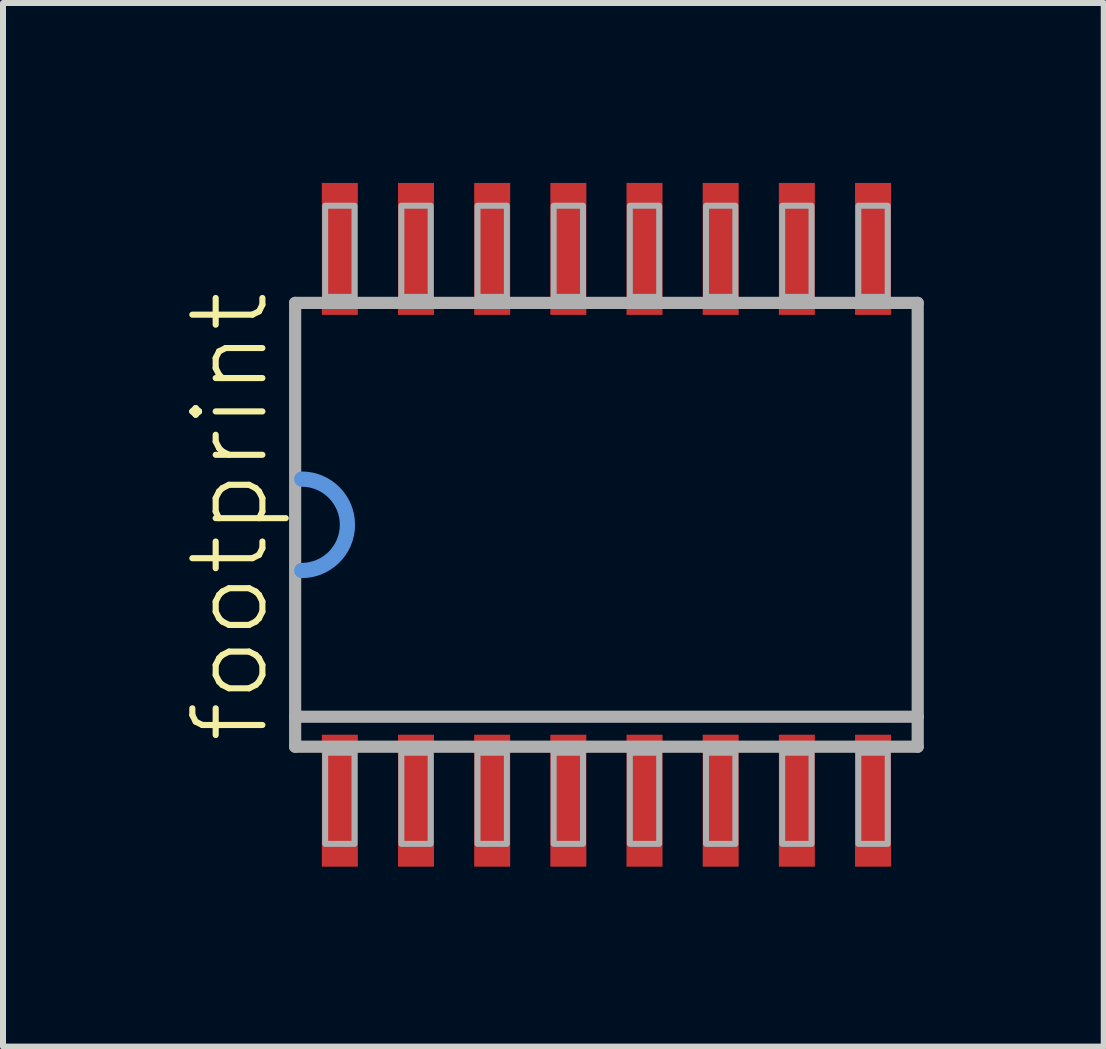
<source format=kicad_pcb>
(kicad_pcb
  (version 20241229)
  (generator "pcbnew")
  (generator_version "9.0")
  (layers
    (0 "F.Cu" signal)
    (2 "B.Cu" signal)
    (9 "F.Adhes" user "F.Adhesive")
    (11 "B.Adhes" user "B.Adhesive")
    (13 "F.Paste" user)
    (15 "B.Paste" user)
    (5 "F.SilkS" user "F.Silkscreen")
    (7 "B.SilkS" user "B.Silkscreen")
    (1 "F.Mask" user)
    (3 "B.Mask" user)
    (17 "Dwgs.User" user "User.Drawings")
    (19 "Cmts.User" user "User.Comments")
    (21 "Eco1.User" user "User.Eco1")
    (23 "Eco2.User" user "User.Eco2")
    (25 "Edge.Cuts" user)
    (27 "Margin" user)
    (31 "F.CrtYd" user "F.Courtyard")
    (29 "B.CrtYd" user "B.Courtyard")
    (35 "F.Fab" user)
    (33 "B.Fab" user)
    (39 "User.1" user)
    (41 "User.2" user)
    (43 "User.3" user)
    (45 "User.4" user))
  (footprint "footprint"
    (layer "F.Cu")
    (at 7.061 5.7)
    (property "Reference" "footprint" (at -5.588 3.683 90) (layer "F.SilkS") (effects (font (size 1.168 1.168) (thickness 0.102)) (justify left bottom)))
    (fp_arc (start -5.08 -0.762) (mid -4.318 0) (end -5.08 0.762) (stroke (width 0.254) (type solid)) (layer "Cmts.User"))
    (fp_line (start -5.19 -3.7) (end 5.19 -3.7) (stroke (width 0.203) (type solid)) (layer "F.Fab"))
    (fp_line (start -5.19 3.2) (end -5.19 -3.7) (stroke (width 0.203) (type solid)) (layer "F.Fab"))
    (fp_line (start -5.19 3.7) (end -5.19 3.2) (stroke (width 0.203) (type solid)) (layer "F.Fab"))
    (fp_line (start 5.19 -3.7) (end 5.19 3.2) (stroke (width 0.203) (type solid)) (layer "F.Fab"))
    (fp_line (start 5.19 3.2) (end -5.19 3.2) (stroke (width 0.203) (type solid)) (layer "F.Fab"))
    (fp_line (start 5.19 3.2) (end 5.19 3.7) (stroke (width 0.203) (type solid)) (layer "F.Fab"))
    (fp_line (start 5.19 3.7) (end -5.19 3.7) (stroke (width 0.203) (type solid)) (layer "F.Fab"))
    (fp_poly (pts (xy -4.69 -3.8) (xy -4.2 -3.8) (xy -4.2 -5.32) (xy -4.69 -5.32)) (stroke (width 0.1) (type solid)) (fill no) (layer "F.Fab"))
    (fp_poly (pts (xy -4.69 5.32) (xy -4.2 5.32) (xy -4.2 3.8) (xy -4.69 3.8)) (stroke (width 0.1) (type solid)) (fill no) (layer "F.Fab"))
    (fp_poly (pts (xy -3.42 -3.8) (xy -2.93 -3.8) (xy -2.93 -5.32) (xy -3.42 -5.32)) (stroke (width 0.1) (type solid)) (fill no) (layer "F.Fab"))
    (fp_poly (pts (xy -3.42 5.32) (xy -2.93 5.32) (xy -2.93 3.8) (xy -3.42 3.8)) (stroke (width 0.1) (type solid)) (fill no) (layer "F.Fab"))
    (fp_poly (pts (xy -2.15 -3.8) (xy -1.66 -3.8) (xy -1.66 -5.32) (xy -2.15 -5.32)) (stroke (width 0.1) (type solid)) (fill no) (layer "F.Fab"))
    (fp_poly (pts (xy -2.15 5.32) (xy -1.66 5.32) (xy -1.66 3.8) (xy -2.15 3.8)) (stroke (width 0.1) (type solid)) (fill no) (layer "F.Fab"))
    (fp_poly (pts (xy -0.88 -3.8) (xy -0.39 -3.8) (xy -0.39 -5.32) (xy -0.88 -5.32)) (stroke (width 0.1) (type solid)) (fill no) (layer "F.Fab"))
    (fp_poly (pts (xy -0.88 5.32) (xy -0.39 5.32) (xy -0.39 3.8) (xy -0.88 3.8)) (stroke (width 0.1) (type solid)) (fill no) (layer "F.Fab"))
    (fp_poly (pts (xy 0.39 -3.8) (xy 0.88 -3.8) (xy 0.88 -5.32) (xy 0.39 -5.32)) (stroke (width 0.1) (type solid)) (fill no) (layer "F.Fab"))
    (fp_poly (pts (xy 0.39 5.32) (xy 0.88 5.32) (xy 0.88 3.8) (xy 0.39 3.8)) (stroke (width 0.1) (type solid)) (fill no) (layer "F.Fab"))
    (fp_poly (pts (xy 1.66 -3.8) (xy 2.15 -3.8) (xy 2.15 -5.32) (xy 1.66 -5.32)) (stroke (width 0.1) (type solid)) (fill no) (layer "F.Fab"))
    (fp_poly (pts (xy 1.66 5.32) (xy 2.15 5.32) (xy 2.15 3.8) (xy 1.66 3.8)) (stroke (width 0.1) (type solid)) (fill no) (layer "F.Fab"))
    (fp_poly (pts (xy 2.93 -3.8) (xy 3.42 -3.8) (xy 3.42 -5.32) (xy 2.93 -5.32)) (stroke (width 0.1) (type solid)) (fill no) (layer "F.Fab"))
    (fp_poly (pts (xy 2.93 5.32) (xy 3.42 5.32) (xy 3.42 3.8) (xy 2.93 3.8)) (stroke (width 0.1) (type solid)) (fill no) (layer "F.Fab"))
    (fp_poly (pts (xy 4.2 -3.8) (xy 4.69 -3.8) (xy 4.69 -5.32) (xy 4.2 -5.32)) (stroke (width 0.1) (type solid)) (fill no) (layer "F.Fab"))
    (fp_poly (pts (xy 4.2 5.32) (xy 4.69 5.32) (xy 4.69 3.8) (xy 4.2 3.8)) (stroke (width 0.1) (type solid)) (fill no) (layer "F.Fab"))
    (pad "1" smd rect (at -4.445 4.6) (size 0.6 2.2) (layers "F.Cu" "F.Mask" "F.Paste"))
    (pad "2" smd rect (at -3.175 4.6) (size 0.6 2.2) (layers "F.Cu" "F.Mask" "F.Paste"))
    (pad "3" smd rect (at -1.905 4.6) (size 0.6 2.2) (layers "F.Cu" "F.Mask" "F.Paste"))
    (pad "4" smd rect (at -0.635 4.6) (size 0.6 2.2) (layers "F.Cu" "F.Mask" "F.Paste"))
    (pad "5" smd rect (at 0.635 4.6) (size 0.6 2.2) (layers "F.Cu" "F.Mask" "F.Paste"))
    (pad "6" smd rect (at 1.905 4.6) (size 0.6 2.2) (layers "F.Cu" "F.Mask" "F.Paste"))
    (pad "7" smd rect (at 3.175 4.6) (size 0.6 2.2) (layers "F.Cu" "F.Mask" "F.Paste"))
    (pad "8" smd rect (at 4.445 4.6) (size 0.6 2.2) (layers "F.Cu" "F.Mask" "F.Paste"))
    (pad "9" smd rect (at 4.445 -4.6) (size 0.6 2.2) (layers "F.Cu" "F.Mask" "F.Paste"))
    (pad "10" smd rect (at 3.175 -4.6) (size 0.6 2.2) (layers "F.Cu" "F.Mask" "F.Paste"))
    (pad "11" smd rect (at 1.905 -4.6) (size 0.6 2.2) (layers "F.Cu" "F.Mask" "F.Paste"))
    (pad "12" smd rect (at 0.635 -4.6) (size 0.6 2.2) (layers "F.Cu" "F.Mask" "F.Paste"))
    (pad "13" smd rect (at -0.635 -4.6) (size 0.6 2.2) (layers "F.Cu" "F.Mask" "F.Paste"))
    (pad "14" smd rect (at -1.905 -4.6) (size 0.6 2.2) (layers "F.Cu" "F.Mask" "F.Paste"))
    (pad "15" smd rect (at -3.175 -4.6) (size 0.6 2.2) (layers "F.Cu" "F.Mask" "F.Paste"))
    (pad "16" smd rect (at -4.445 -4.6) (size 0.6 2.2) (layers "F.Cu" "F.Mask" "F.Paste")))
  (gr_rect
    (start -3 -3)
    (end 15.353 14.4)
    (stroke (width 0.1) (type default))
    (fill no)
    (layer "Edge.Cuts")))
</source>
